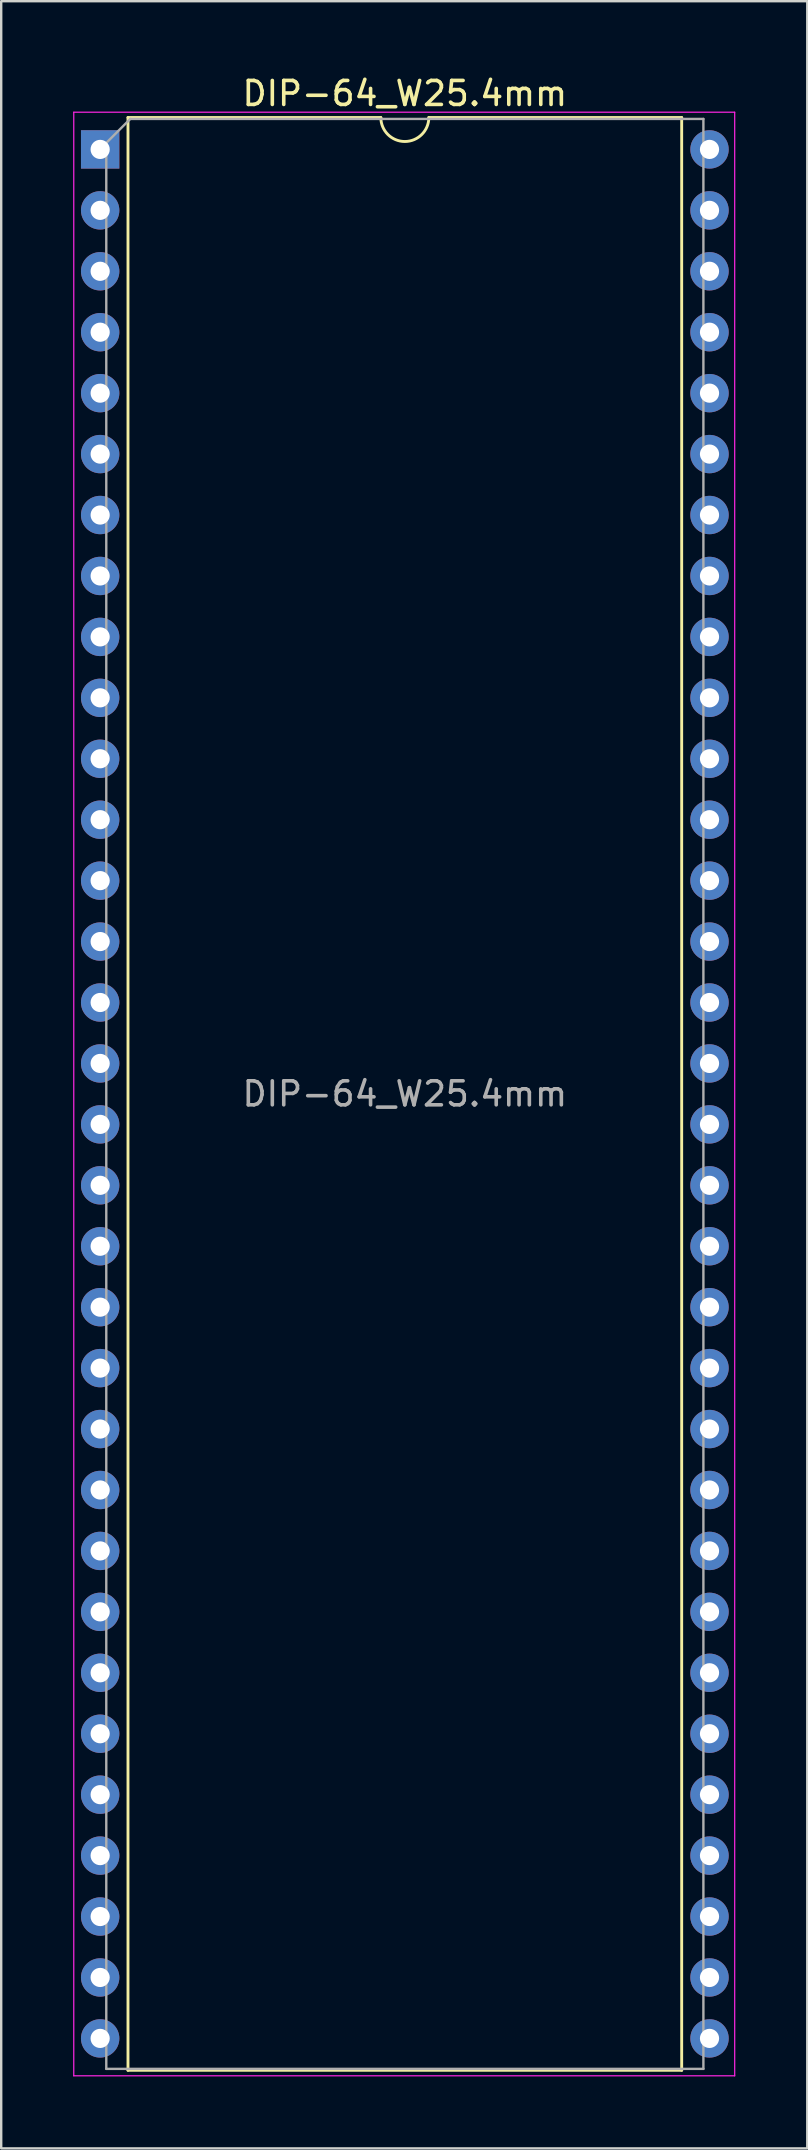
<source format=kicad_pcb>
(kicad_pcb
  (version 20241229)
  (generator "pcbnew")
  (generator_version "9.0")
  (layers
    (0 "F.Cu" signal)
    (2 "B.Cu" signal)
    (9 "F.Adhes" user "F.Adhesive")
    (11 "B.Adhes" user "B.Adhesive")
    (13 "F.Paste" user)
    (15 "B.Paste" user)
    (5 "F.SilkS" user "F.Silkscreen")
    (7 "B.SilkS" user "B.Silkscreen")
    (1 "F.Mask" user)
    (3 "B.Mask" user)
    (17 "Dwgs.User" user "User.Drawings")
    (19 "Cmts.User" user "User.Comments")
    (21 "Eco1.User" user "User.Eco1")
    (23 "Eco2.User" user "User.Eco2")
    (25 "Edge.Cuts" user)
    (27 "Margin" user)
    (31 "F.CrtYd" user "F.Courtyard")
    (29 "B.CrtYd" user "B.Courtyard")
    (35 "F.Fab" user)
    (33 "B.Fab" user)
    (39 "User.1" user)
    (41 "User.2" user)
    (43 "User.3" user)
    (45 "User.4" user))
  (footprint "DIP-64_W25.4mm"
    (layer "F.Cu")
    (at 1.125 3.178)
    (property "Reference" "DIP-64_W25.4mm" (at 12.7 -2.33 0) (layer "F.SilkS") (effects (font (size 1 1) (thickness 0.15))))
    (attr through_hole)
    (fp_line (start 1.16 -1.33) (end 1.16 80.07) (stroke (width 0.12) (type solid)) (layer "F.SilkS"))
    (fp_line (start 1.16 80.07) (end 24.24 80.07) (stroke (width 0.12) (type solid)) (layer "F.SilkS"))
    (fp_line (start 11.7 -1.33) (end 1.16 -1.33) (stroke (width 0.12) (type solid)) (layer "F.SilkS"))
    (fp_line (start 24.24 -1.33) (end 13.7 -1.33) (stroke (width 0.12) (type solid)) (layer "F.SilkS"))
    (fp_line (start 24.24 80.07) (end 24.24 -1.33) (stroke (width 0.12) (type solid)) (layer "F.SilkS"))
    (fp_arc (start 13.7 -1.33) (mid 12.7 -0.33) (end 11.7 -1.33) (stroke (width 0.12) (type solid)) (layer "F.SilkS"))
    (fp_line (start -1.1 -1.55) (end -1.1 80.3) (stroke (width 0.05) (type solid)) (layer "F.CrtYd"))
    (fp_line (start -1.1 80.3) (end 26.45 80.3) (stroke (width 0.05) (type solid)) (layer "F.CrtYd"))
    (fp_line (start 26.45 -1.55) (end -1.1 -1.55) (stroke (width 0.05) (type solid)) (layer "F.CrtYd"))
    (fp_line (start 26.45 80.3) (end 26.45 -1.55) (stroke (width 0.05) (type solid)) (layer "F.CrtYd"))
    (fp_line (start 0.255 -0.27) (end 1.255 -1.27) (stroke (width 0.1) (type solid)) (layer "F.Fab"))
    (fp_line (start 0.255 80.01) (end 0.255 -0.27) (stroke (width 0.1) (type solid)) (layer "F.Fab"))
    (fp_line (start 1.255 -1.27) (end 25.145 -1.27) (stroke (width 0.1) (type solid)) (layer "F.Fab"))
    (fp_line (start 25.145 -1.27) (end 25.145 80.01) (stroke (width 0.1) (type solid)) (layer "F.Fab"))
    (fp_line (start 25.145 80.01) (end 0.255 80.01) (stroke (width 0.1) (type solid)) (layer "F.Fab"))
    (fp_text user "${REFERENCE}" (at 12.7 39.37 0) (layer "F.Fab") (effects (font (size 1 1) (thickness 0.15))))
    (pad "1" thru_hole rect (at 0 0) (size 1.6 1.6) (drill 0.8) (layers "*.Cu" "*.Mask"))
    (pad "2" thru_hole oval (at 0 2.54) (size 1.6 1.6) (drill 0.8) (layers "*.Cu" "*.Mask"))
    (pad "3" thru_hole oval (at 0 5.08) (size 1.6 1.6) (drill 0.8) (layers "*.Cu" "*.Mask"))
    (pad "4" thru_hole oval (at 0 7.62) (size 1.6 1.6) (drill 0.8) (layers "*.Cu" "*.Mask"))
    (pad "5" thru_hole oval (at 0 10.16) (size 1.6 1.6) (drill 0.8) (layers "*.Cu" "*.Mask"))
    (pad "6" thru_hole oval (at 0 12.7) (size 1.6 1.6) (drill 0.8) (layers "*.Cu" "*.Mask"))
    (pad "7" thru_hole oval (at 0 15.24) (size 1.6 1.6) (drill 0.8) (layers "*.Cu" "*.Mask"))
    (pad "8" thru_hole oval (at 0 17.78) (size 1.6 1.6) (drill 0.8) (layers "*.Cu" "*.Mask"))
    (pad "9" thru_hole oval (at 0 20.32) (size 1.6 1.6) (drill 0.8) (layers "*.Cu" "*.Mask"))
    (pad "10" thru_hole oval (at 0 22.86) (size 1.6 1.6) (drill 0.8) (layers "*.Cu" "*.Mask"))
    (pad "11" thru_hole oval (at 0 25.4) (size 1.6 1.6) (drill 0.8) (layers "*.Cu" "*.Mask"))
    (pad "12" thru_hole oval (at 0 27.94) (size 1.6 1.6) (drill 0.8) (layers "*.Cu" "*.Mask"))
    (pad "13" thru_hole oval (at 0 30.48) (size 1.6 1.6) (drill 0.8) (layers "*.Cu" "*.Mask"))
    (pad "14" thru_hole oval (at 0 33.02) (size 1.6 1.6) (drill 0.8) (layers "*.Cu" "*.Mask"))
    (pad "15" thru_hole oval (at 0 35.56) (size 1.6 1.6) (drill 0.8) (layers "*.Cu" "*.Mask"))
    (pad "16" thru_hole oval (at 0 38.1) (size 1.6 1.6) (drill 0.8) (layers "*.Cu" "*.Mask"))
    (pad "17" thru_hole oval (at 0 40.64) (size 1.6 1.6) (drill 0.8) (layers "*.Cu" "*.Mask"))
    (pad "18" thru_hole oval (at 0 43.18) (size 1.6 1.6) (drill 0.8) (layers "*.Cu" "*.Mask"))
    (pad "19" thru_hole oval (at 0 45.72) (size 1.6 1.6) (drill 0.8) (layers "*.Cu" "*.Mask"))
    (pad "20" thru_hole oval (at 0 48.26) (size 1.6 1.6) (drill 0.8) (layers "*.Cu" "*.Mask"))
    (pad "21" thru_hole oval (at 0 50.8) (size 1.6 1.6) (drill 0.8) (layers "*.Cu" "*.Mask"))
    (pad "22" thru_hole oval (at 0 53.34) (size 1.6 1.6) (drill 0.8) (layers "*.Cu" "*.Mask"))
    (pad "23" thru_hole oval (at 0 55.88) (size 1.6 1.6) (drill 0.8) (layers "*.Cu" "*.Mask"))
    (pad "24" thru_hole oval (at 0 58.42) (size 1.6 1.6) (drill 0.8) (layers "*.Cu" "*.Mask"))
    (pad "25" thru_hole oval (at 0 60.96) (size 1.6 1.6) (drill 0.8) (layers "*.Cu" "*.Mask"))
    (pad "26" thru_hole oval (at 0 63.5) (size 1.6 1.6) (drill 0.8) (layers "*.Cu" "*.Mask"))
    (pad "27" thru_hole oval (at 0 66.04) (size 1.6 1.6) (drill 0.8) (layers "*.Cu" "*.Mask"))
    (pad "28" thru_hole oval (at 0 68.58) (size 1.6 1.6) (drill 0.8) (layers "*.Cu" "*.Mask"))
    (pad "29" thru_hole oval (at 0 71.12) (size 1.6 1.6) (drill 0.8) (layers "*.Cu" "*.Mask"))
    (pad "30" thru_hole oval (at 0 73.66) (size 1.6 1.6) (drill 0.8) (layers "*.Cu" "*.Mask"))
    (pad "31" thru_hole oval (at 0 76.2) (size 1.6 1.6) (drill 0.8) (layers "*.Cu" "*.Mask"))
    (pad "32" thru_hole oval (at 0 78.74) (size 1.6 1.6) (drill 0.8) (layers "*.Cu" "*.Mask"))
    (pad "33" thru_hole oval (at 25.4 78.74) (size 1.6 1.6) (drill 0.8) (layers "*.Cu" "*.Mask"))
    (pad "34" thru_hole oval (at 25.4 76.2) (size 1.6 1.6) (drill 0.8) (layers "*.Cu" "*.Mask"))
    (pad "35" thru_hole oval (at 25.4 73.66) (size 1.6 1.6) (drill 0.8) (layers "*.Cu" "*.Mask"))
    (pad "36" thru_hole oval (at 25.4 71.12) (size 1.6 1.6) (drill 0.8) (layers "*.Cu" "*.Mask"))
    (pad "37" thru_hole oval (at 25.4 68.58) (size 1.6 1.6) (drill 0.8) (layers "*.Cu" "*.Mask"))
    (pad "38" thru_hole oval (at 25.4 66.04) (size 1.6 1.6) (drill 0.8) (layers "*.Cu" "*.Mask"))
    (pad "39" thru_hole oval (at 25.4 63.5) (size 1.6 1.6) (drill 0.8) (layers "*.Cu" "*.Mask"))
    (pad "40" thru_hole oval (at 25.4 60.96) (size 1.6 1.6) (drill 0.8) (layers "*.Cu" "*.Mask"))
    (pad "41" thru_hole oval (at 25.4 58.42) (size 1.6 1.6) (drill 0.8) (layers "*.Cu" "*.Mask"))
    (pad "42" thru_hole oval (at 25.4 55.88) (size 1.6 1.6) (drill 0.8) (layers "*.Cu" "*.Mask"))
    (pad "43" thru_hole oval (at 25.4 53.34) (size 1.6 1.6) (drill 0.8) (layers "*.Cu" "*.Mask"))
    (pad "44" thru_hole oval (at 25.4 50.8) (size 1.6 1.6) (drill 0.8) (layers "*.Cu" "*.Mask"))
    (pad "45" thru_hole oval (at 25.4 48.26) (size 1.6 1.6) (drill 0.8) (layers "*.Cu" "*.Mask"))
    (pad "46" thru_hole oval (at 25.4 45.72) (size 1.6 1.6) (drill 0.8) (layers "*.Cu" "*.Mask"))
    (pad "47" thru_hole oval (at 25.4 43.18) (size 1.6 1.6) (drill 0.8) (layers "*.Cu" "*.Mask"))
    (pad "48" thru_hole oval (at 25.4 40.64) (size 1.6 1.6) (drill 0.8) (layers "*.Cu" "*.Mask"))
    (pad "49" thru_hole oval (at 25.4 38.1) (size 1.6 1.6) (drill 0.8) (layers "*.Cu" "*.Mask"))
    (pad "50" thru_hole oval (at 25.4 35.56) (size 1.6 1.6) (drill 0.8) (layers "*.Cu" "*.Mask"))
    (pad "51" thru_hole oval (at 25.4 33.02) (size 1.6 1.6) (drill 0.8) (layers "*.Cu" "*.Mask"))
    (pad "52" thru_hole oval (at 25.4 30.48) (size 1.6 1.6) (drill 0.8) (layers "*.Cu" "*.Mask"))
    (pad "53" thru_hole oval (at 25.4 27.94) (size 1.6 1.6) (drill 0.8) (layers "*.Cu" "*.Mask"))
    (pad "54" thru_hole oval (at 25.4 25.4) (size 1.6 1.6) (drill 0.8) (layers "*.Cu" "*.Mask"))
    (pad "55" thru_hole oval (at 25.4 22.86) (size 1.6 1.6) (drill 0.8) (layers "*.Cu" "*.Mask"))
    (pad "56" thru_hole oval (at 25.4 20.32) (size 1.6 1.6) (drill 0.8) (layers "*.Cu" "*.Mask"))
    (pad "57" thru_hole oval (at 25.4 17.78) (size 1.6 1.6) (drill 0.8) (layers "*.Cu" "*.Mask"))
    (pad "58" thru_hole oval (at 25.4 15.24) (size 1.6 1.6) (drill 0.8) (layers "*.Cu" "*.Mask"))
    (pad "59" thru_hole oval (at 25.4 12.7) (size 1.6 1.6) (drill 0.8) (layers "*.Cu" "*.Mask"))
    (pad "60" thru_hole oval (at 25.4 10.16) (size 1.6 1.6) (drill 0.8) (layers "*.Cu" "*.Mask"))
    (pad "61" thru_hole oval (at 25.4 7.62) (size 1.6 1.6) (drill 0.8) (layers "*.Cu" "*.Mask"))
    (pad "62" thru_hole oval (at 25.4 5.08) (size 1.6 1.6) (drill 0.8) (layers "*.Cu" "*.Mask"))
    (pad "63" thru_hole oval (at 25.4 2.54) (size 1.6 1.6) (drill 0.8) (layers "*.Cu" "*.Mask"))
    (pad "64" thru_hole oval (at 25.4 0) (size 1.6 1.6) (drill 0.8) (layers "*.Cu" "*.Mask")))
  (gr_rect
    (start -3 -3)
    (end 30.6 86.503)
    (stroke (width 0.1) (type default))
    (fill no)
    (layer "Edge.Cuts")))
</source>
